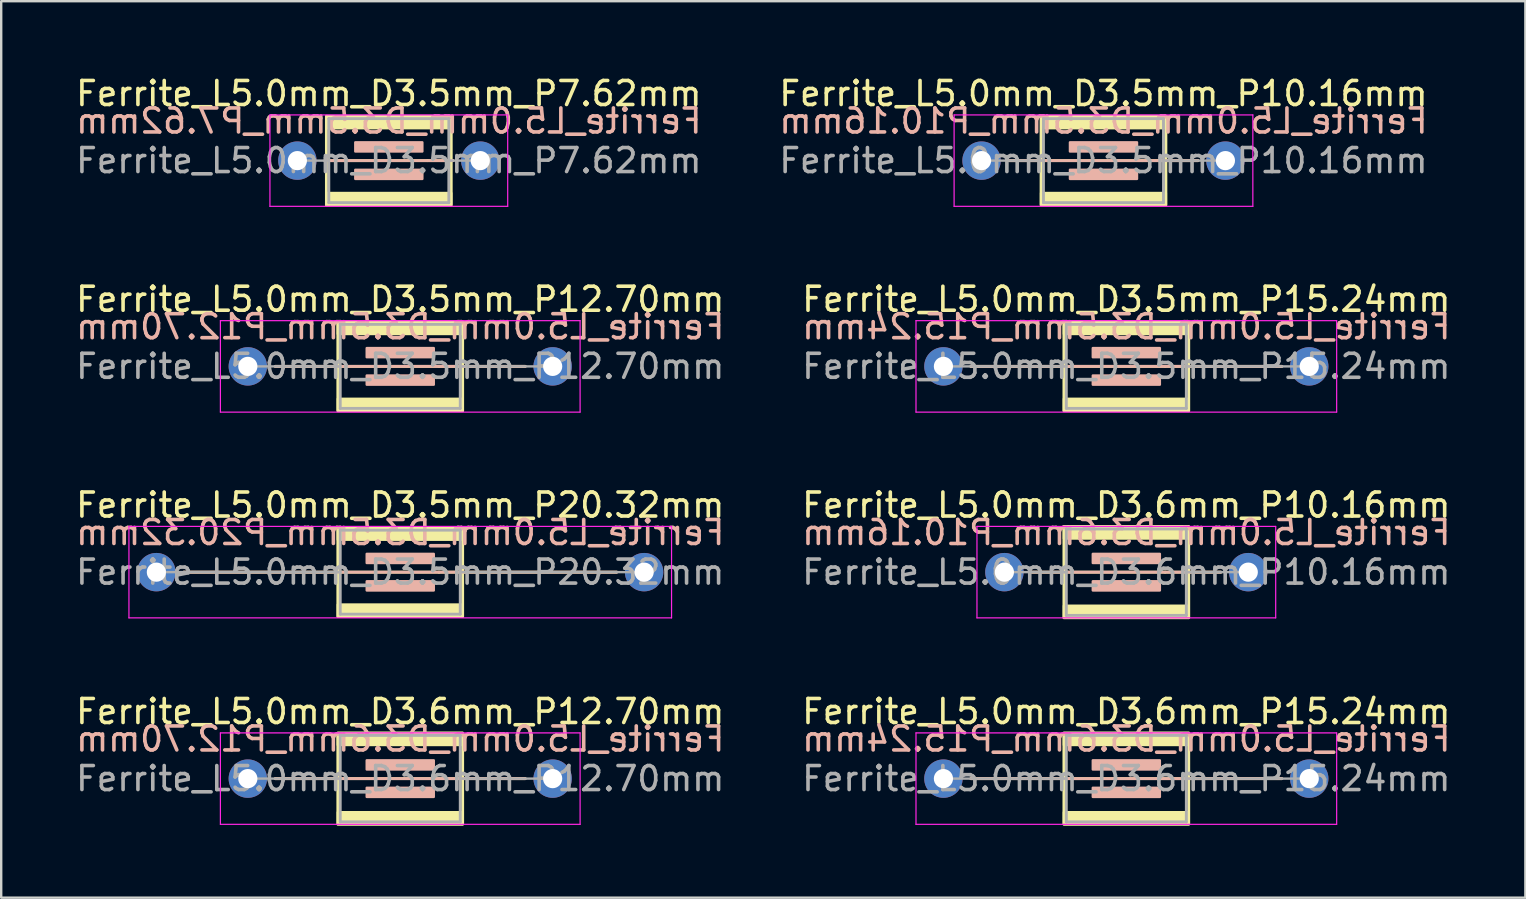
<source format=kicad_pcb>
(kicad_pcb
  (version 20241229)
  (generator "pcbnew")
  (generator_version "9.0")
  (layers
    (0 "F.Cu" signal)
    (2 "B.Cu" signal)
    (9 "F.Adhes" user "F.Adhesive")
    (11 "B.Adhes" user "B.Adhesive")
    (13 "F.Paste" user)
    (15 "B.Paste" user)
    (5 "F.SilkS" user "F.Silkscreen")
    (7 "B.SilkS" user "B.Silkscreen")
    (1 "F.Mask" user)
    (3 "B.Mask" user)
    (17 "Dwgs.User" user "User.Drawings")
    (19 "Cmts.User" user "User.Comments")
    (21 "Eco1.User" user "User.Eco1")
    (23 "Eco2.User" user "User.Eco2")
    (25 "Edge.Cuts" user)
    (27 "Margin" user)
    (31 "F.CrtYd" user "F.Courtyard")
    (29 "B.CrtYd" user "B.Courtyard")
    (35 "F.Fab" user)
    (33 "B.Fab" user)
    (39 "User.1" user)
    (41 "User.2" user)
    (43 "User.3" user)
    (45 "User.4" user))
  (footprint "Ferrite_L5.0mm_D3.6mm_P10.16mm"
    (layer "F.Cu")
    (at 38.795 20.787)
    (property "Reference" "Ferrite_L5.0mm_D3.6mm_P10.16mm" (at 5.08 -2.794 0) (layer "F.SilkS") (effects (font (size 1 1) (thickness 0.15))))
    (fp_line (start 6.694 0.000002) (end 1.143 0) (stroke (width 0.12) (type solid)) (layer "F.SilkS"))
    (fp_line (start 6.694 0.000002) (end 9.017 0) (stroke (width 0.12) (type solid)) (layer "F.SilkS"))
    (fp_rect (start 2.48 -1.9) (end 7.68 1.9) (stroke (width 0.12) (type solid)) (fill no) (layer "F.SilkS"))
    (fp_poly (pts (xy 7.68 -1.4) (xy 2.48 -1.4) (xy 2.48 -1.9) (xy 7.68 -1.9)) (stroke (width 0.1) (type solid)) (fill yes) (layer "F.SilkS"))
    (fp_poly (pts (xy 7.68 1.9) (xy 2.48 1.9) (xy 2.48 1.4) (xy 7.68 1.4)) (stroke (width 0.1) (type solid)) (fill yes) (layer "F.SilkS"))
    (fp_line (start 1.143 0) (end 9.017 0) (stroke (width 0.12) (type solid)) (layer "B.SilkS"))
    (fp_rect (start 3.683 -0.762) (end 6.477 -0.381) (stroke (width 0.1) (type solid)) (fill yes) (layer "B.SilkS"))
    (fp_rect (start 3.683 0.381) (end 6.477 0.762) (stroke (width 0.1) (type solid)) (fill yes) (layer "B.SilkS"))
    (fp_line (start -1.143 -1.905) (end 11.303 -1.905) (stroke (width 0.05) (type solid)) (layer "F.CrtYd"))
    (fp_line (start -1.143 1.905) (end -1.143 -1.905) (stroke (width 0.05) (type solid)) (layer "F.CrtYd"))
    (fp_line (start 11.303 -1.905) (end 11.303 1.905) (stroke (width 0.05) (type solid)) (layer "F.CrtYd"))
    (fp_line (start 11.303 1.905) (end -1.143 1.905) (stroke (width 0.05) (type solid)) (layer "F.CrtYd"))
    (fp_line (start 0 0) (end 2.58 0) (stroke (width 0.1) (type solid)) (layer "F.Fab"))
    (fp_line (start 2.58 -1.8) (end 7.58 -1.8) (stroke (width 0.12) (type solid)) (layer "F.Fab"))
    (fp_line (start 2.58 0) (end 2.58 -1.8) (stroke (width 0.12) (type solid)) (layer "F.Fab"))
    (fp_line (start 2.58 1.8) (end 2.58 0) (stroke (width 0.12) (type solid)) (layer "F.Fab"))
    (fp_line (start 7.58 -1.8) (end 7.58 1.8) (stroke (width 0.12) (type solid)) (layer "F.Fab"))
    (fp_line (start 7.58 1.8) (end 2.58 1.8) (stroke (width 0.12) (type solid)) (layer "F.Fab"))
    (fp_line (start 10.16 0) (end 7.58 0) (stroke (width 0.1) (type solid)) (layer "F.Fab"))
    (fp_text user "${REFERENCE}" (at 5.08 -1.651 0) (layer "B.SilkS") (effects (font (size 1 1) (thickness 0.15)) (justify mirror)))
    (fp_text user "${REFERENCE}" (at 5.08 0 0) (layer "F.Fab") (effects (font (size 1 1) (thickness 0.15))))
    (pad "1" thru_hole circle (at 0 0) (size 1.6 1.6) (drill 0.8) (layers "*.Cu" "*.Mask"))
    (pad "2" thru_hole circle (at 10.16 0) (size 1.6 1.6) (drill 0.8) (layers "*.Cu" "*.Mask")))
  (footprint "Ferrite_L5.0mm_D3.5mm_P15.24mm"
    (layer "F.Cu")
    (at 36.255 12.214)
    (property "Reference" "Ferrite_L5.0mm_D3.5mm_P15.24mm" (at 7.62 -2.794 0) (layer "F.SilkS") (effects (font (size 1 1) (thickness 0.15))))
    (fp_line (start 9.234 0.000002) (end 1.143 0) (stroke (width 0.12) (type solid)) (layer "F.SilkS"))
    (fp_line (start 9.234 0.000002) (end 14.097 0) (stroke (width 0.12) (type solid)) (layer "F.SilkS"))
    (fp_rect (start 5.02 -1.85) (end 10.22 1.85) (stroke (width 0.12) (type solid)) (fill no) (layer "F.SilkS"))
    (fp_poly (pts (xy 5.02 1.35) (xy 10.22 1.35) (xy 10.22 1.85) (xy 5.02 1.85)) (stroke (width 0.1) (type solid)) (fill yes) (layer "F.SilkS"))
    (fp_poly (pts (xy 10.22 -1.35) (xy 5.02 -1.35) (xy 5.02 -1.85) (xy 10.22 -1.85)) (stroke (width 0.1) (type solid)) (fill yes) (layer "F.SilkS"))
    (fp_line (start 1.143 0) (end 14.097 0) (stroke (width 0.12) (type solid)) (layer "B.SilkS"))
    (fp_rect (start 6.223 -0.762) (end 9.017 -0.381) (stroke (width 0.1) (type solid)) (fill yes) (layer "B.SilkS"))
    (fp_rect (start 6.223 0.381) (end 9.017 0.762) (stroke (width 0.1) (type solid)) (fill yes) (layer "B.SilkS"))
    (fp_line (start -1.143 -1.905) (end 16.383 -1.905) (stroke (width 0.05) (type solid)) (layer "F.CrtYd"))
    (fp_line (start -1.143 1.905) (end -1.143 -1.905) (stroke (width 0.05) (type solid)) (layer "F.CrtYd"))
    (fp_line (start 16.383 -1.905) (end 16.383 1.905) (stroke (width 0.05) (type solid)) (layer "F.CrtYd"))
    (fp_line (start 16.383 1.905) (end -1.143 1.905) (stroke (width 0.05) (type solid)) (layer "F.CrtYd"))
    (fp_line (start 0 0) (end 5.12 0) (stroke (width 0.1) (type solid)) (layer "F.Fab"))
    (fp_line (start 5.12 -1.75) (end 10.12 -1.75) (stroke (width 0.12) (type solid)) (layer "F.Fab"))
    (fp_line (start 5.12 1.75) (end 5.12 -1.75) (stroke (width 0.12) (type solid)) (layer "F.Fab"))
    (fp_line (start 10.12 -1.75) (end 10.12 1.75) (stroke (width 0.12) (type solid)) (layer "F.Fab"))
    (fp_line (start 10.12 1.75) (end 5.12 1.75) (stroke (width 0.12) (type solid)) (layer "F.Fab"))
    (fp_line (start 15.24 0) (end 10.12 0) (stroke (width 0.1) (type solid)) (layer "F.Fab"))
    (fp_text user "${REFERENCE}" (at 7.62 -1.651 0) (layer "B.SilkS") (effects (font (size 1 1) (thickness 0.15)) (justify mirror)))
    (fp_text user "${REFERENCE}" (at 7.62 0 0) (layer "F.Fab") (effects (font (size 1 1) (thickness 0.15))))
    (pad "1" thru_hole circle (at 0 0) (size 1.6 1.6) (drill 0.8) (layers "*.Cu" "*.Mask"))
    (pad "2" thru_hole circle (at 15.24 0) (size 1.6 1.6) (drill 0.8) (layers "*.Cu" "*.Mask")))
  (footprint "Ferrite_L5.0mm_D3.5mm_P20.32mm"
    (layer "F.Cu")
    (at 3.465 20.787)
    (property "Reference" "Ferrite_L5.0mm_D3.5mm_P20.32mm" (at 10.16 -2.794 0) (layer "F.SilkS") (effects (font (size 1 1) (thickness 0.15))))
    (fp_line (start 11.774 0.000002) (end 1.143 0) (stroke (width 0.12) (type solid)) (layer "F.SilkS"))
    (fp_line (start 11.774 0.000002) (end 19.177 0) (stroke (width 0.12) (type solid)) (layer "F.SilkS"))
    (fp_rect (start 7.56 -1.85) (end 12.76 1.85) (stroke (width 0.12) (type solid)) (fill no) (layer "F.SilkS"))
    (fp_poly (pts (xy 7.56 1.35) (xy 12.76 1.35) (xy 12.76 1.85) (xy 7.56 1.85)) (stroke (width 0.1) (type solid)) (fill yes) (layer "F.SilkS"))
    (fp_poly (pts (xy 12.76 -1.35) (xy 7.56 -1.35) (xy 7.56 -1.85) (xy 12.76 -1.85)) (stroke (width 0.1) (type solid)) (fill yes) (layer "F.SilkS"))
    (fp_line (start 1.143 0) (end 19.177 0) (stroke (width 0.12) (type solid)) (layer "B.SilkS"))
    (fp_rect (start 8.763 -0.762) (end 11.557 -0.381) (stroke (width 0.1) (type solid)) (fill yes) (layer "B.SilkS"))
    (fp_rect (start 8.763 0.381) (end 11.557 0.762) (stroke (width 0.1) (type solid)) (fill yes) (layer "B.SilkS"))
    (fp_line (start -1.143 -1.905) (end 21.463 -1.905) (stroke (width 0.05) (type solid)) (layer "F.CrtYd"))
    (fp_line (start -1.143 1.905) (end -1.143 -1.905) (stroke (width 0.05) (type solid)) (layer "F.CrtYd"))
    (fp_line (start 21.463 -1.905) (end 21.463 1.905) (stroke (width 0.05) (type solid)) (layer "F.CrtYd"))
    (fp_line (start 21.463 1.905) (end -1.143 1.905) (stroke (width 0.05) (type solid)) (layer "F.CrtYd"))
    (fp_line (start 0 0) (end 7.66 0) (stroke (width 0.1) (type solid)) (layer "F.Fab"))
    (fp_line (start 7.66 -1.75) (end 12.66 -1.75) (stroke (width 0.12) (type solid)) (layer "F.Fab"))
    (fp_line (start 7.66 1.75) (end 7.66 -1.75) (stroke (width 0.12) (type solid)) (layer "F.Fab"))
    (fp_line (start 12.66 -1.75) (end 12.66 1.75) (stroke (width 0.12) (type solid)) (layer "F.Fab"))
    (fp_line (start 12.66 1.75) (end 7.66 1.75) (stroke (width 0.12) (type solid)) (layer "F.Fab"))
    (fp_line (start 20.32 0) (end 12.66 0) (stroke (width 0.1) (type solid)) (layer "F.Fab"))
    (fp_text user "${REFERENCE}" (at 10.16 -1.651 0) (layer "B.SilkS") (effects (font (size 1 1) (thickness 0.15)) (justify mirror)))
    (fp_text user "${REFERENCE}" (at 10.16 0 0) (layer "F.Fab") (effects (font (size 1 1) (thickness 0.15))))
    (pad "1" thru_hole circle (at 0 0) (size 1.6 1.6) (drill 0.8) (layers "*.Cu" "*.Mask"))
    (pad "2" thru_hole circle (at 20.32 0) (size 1.6 1.6) (drill 0.8) (layers "*.Cu" "*.Mask")))
  (footprint "Ferrite_L5.0mm_D3.5mm_P7.62mm"
    (layer "F.Cu")
    (at 9.339 3.642)
    (property "Reference" "Ferrite_L5.0mm_D3.5mm_P7.62mm" (at 3.81 -2.794 0) (layer "F.SilkS") (effects (font (size 1 1) (thickness 0.15))))
    (fp_line (start 5.424 0.000002) (end 1.143 0) (stroke (width 0.12) (type solid)) (layer "F.SilkS"))
    (fp_line (start 5.424 0.000002) (end 6.477 0) (stroke (width 0.12) (type solid)) (layer "F.SilkS"))
    (fp_rect (start 1.21 -1.85) (end 6.41 1.85) (stroke (width 0.12) (type solid)) (fill no) (layer "F.SilkS"))
    (fp_poly (pts (xy 1.21 1.35) (xy 6.41 1.35) (xy 6.41 1.85) (xy 1.21 1.85)) (stroke (width 0.1) (type solid)) (fill yes) (layer "F.SilkS"))
    (fp_poly (pts (xy 6.41 -1.35) (xy 1.21 -1.35) (xy 1.21 -1.85) (xy 6.41 -1.85)) (stroke (width 0.1) (type solid)) (fill yes) (layer "F.SilkS"))
    (fp_line (start 1.143 0) (end 6.477 0) (stroke (width 0.12) (type solid)) (layer "B.SilkS"))
    (fp_rect (start 2.413 -0.762) (end 5.207 -0.381) (stroke (width 0.1) (type solid)) (fill yes) (layer "B.SilkS"))
    (fp_rect (start 2.413 0.381) (end 5.207 0.762) (stroke (width 0.1) (type solid)) (fill yes) (layer "B.SilkS"))
    (fp_line (start -1.143 -1.905) (end 8.763 -1.905) (stroke (width 0.05) (type solid)) (layer "F.CrtYd"))
    (fp_line (start -1.143 1.905) (end -1.143 -1.905) (stroke (width 0.05) (type solid)) (layer "F.CrtYd"))
    (fp_line (start 8.763 -1.905) (end 8.763 1.905) (stroke (width 0.05) (type solid)) (layer "F.CrtYd"))
    (fp_line (start 8.763 1.905) (end -1.143 1.905) (stroke (width 0.05) (type solid)) (layer "F.CrtYd"))
    (fp_line (start 0 0) (end 1.31 0) (stroke (width 0.1) (type solid)) (layer "F.Fab"))
    (fp_line (start 1.31 -1.75) (end 6.31 -1.75) (stroke (width 0.12) (type solid)) (layer "F.Fab"))
    (fp_line (start 1.31 1.75) (end 1.31 -1.75) (stroke (width 0.12) (type solid)) (layer "F.Fab"))
    (fp_line (start 6.31 -1.75) (end 6.31 1.75) (stroke (width 0.12) (type solid)) (layer "F.Fab"))
    (fp_line (start 6.31 1.75) (end 1.31 1.75) (stroke (width 0.12) (type solid)) (layer "F.Fab"))
    (fp_line (start 7.62 0) (end 6.31 0) (stroke (width 0.1) (type solid)) (layer "F.Fab"))
    (fp_text user "${REFERENCE}" (at 3.81 -1.651 0) (layer "B.SilkS") (effects (font (size 1 1) (thickness 0.15)) (justify mirror)))
    (fp_text user "${REFERENCE}" (at 3.81 0 0) (layer "F.Fab") (effects (font (size 1 1) (thickness 0.15))))
    (pad "1" thru_hole circle (at 0 0) (size 1.6 1.6) (drill 0.8) (layers "*.Cu" "*.Mask"))
    (pad "2" thru_hole circle (at 7.62 0) (size 1.6 1.6) (drill 0.8) (layers "*.Cu" "*.Mask")))
  (footprint "Ferrite_L5.0mm_D3.6mm_P12.70mm"
    (layer "F.Cu")
    (at 7.275 29.389)
    (property "Reference" "Ferrite_L5.0mm_D3.6mm_P12.70mm" (at 6.35 -2.794 0) (layer "F.SilkS") (effects (font (size 1 1) (thickness 0.15))))
    (fp_line (start 7.964 0.000002) (end 1.143 0) (stroke (width 0.12) (type solid)) (layer "F.SilkS"))
    (fp_line (start 7.964 0.000002) (end 11.557 0) (stroke (width 0.12) (type solid)) (layer "F.SilkS"))
    (fp_rect (start 3.75 -1.9) (end 8.95 1.9) (stroke (width 0.12) (type solid)) (fill no) (layer "F.SilkS"))
    (fp_poly (pts (xy 8.95 -1.4) (xy 3.75 -1.4) (xy 3.75 -1.9) (xy 8.95 -1.9)) (stroke (width 0.1) (type solid)) (fill yes) (layer "F.SilkS"))
    (fp_poly (pts (xy 8.95 1.9) (xy 3.75 1.9) (xy 3.75 1.4) (xy 8.95 1.4)) (stroke (width 0.1) (type solid)) (fill yes) (layer "F.SilkS"))
    (fp_line (start 1.143 0) (end 11.557 0) (stroke (width 0.12) (type solid)) (layer "B.SilkS"))
    (fp_rect (start 4.953 -0.762) (end 7.747 -0.381) (stroke (width 0.1) (type solid)) (fill yes) (layer "B.SilkS"))
    (fp_rect (start 4.953 0.381) (end 7.747 0.762) (stroke (width 0.1) (type solid)) (fill yes) (layer "B.SilkS"))
    (fp_line (start -1.143 -1.905) (end 13.843 -1.905) (stroke (width 0.05) (type solid)) (layer "F.CrtYd"))
    (fp_line (start -1.143 1.905) (end -1.143 -1.905) (stroke (width 0.05) (type solid)) (layer "F.CrtYd"))
    (fp_line (start 13.843 -1.905) (end 13.843 1.905) (stroke (width 0.05) (type solid)) (layer "F.CrtYd"))
    (fp_line (start 13.843 1.905) (end -1.143 1.905) (stroke (width 0.05) (type solid)) (layer "F.CrtYd"))
    (fp_line (start 0 0) (end 3.85 0) (stroke (width 0.1) (type solid)) (layer "F.Fab"))
    (fp_line (start 3.85 -1.8) (end 8.85 -1.8) (stroke (width 0.12) (type solid)) (layer "F.Fab"))
    (fp_line (start 3.85 0) (end 3.85 -1.8) (stroke (width 0.12) (type solid)) (layer "F.Fab"))
    (fp_line (start 3.85 1.8) (end 3.85 0) (stroke (width 0.12) (type solid)) (layer "F.Fab"))
    (fp_line (start 8.85 -1.8) (end 8.85 1.8) (stroke (width 0.12) (type solid)) (layer "F.Fab"))
    (fp_line (start 8.85 1.8) (end 3.85 1.8) (stroke (width 0.12) (type solid)) (layer "F.Fab"))
    (fp_line (start 12.7 0) (end 8.85 0) (stroke (width 0.1) (type solid)) (layer "F.Fab"))
    (fp_text user "${REFERENCE}" (at 6.35 -1.651 0) (layer "B.SilkS") (effects (font (size 1 1) (thickness 0.15)) (justify mirror)))
    (fp_text user "${REFERENCE}" (at 6.35 0 0) (layer "F.Fab") (effects (font (size 1 1) (thickness 0.15))))
    (pad "1" thru_hole circle (at 0 0) (size 1.6 1.6) (drill 0.8) (layers "*.Cu" "*.Mask"))
    (pad "2" thru_hole circle (at 12.7 0) (size 1.6 1.6) (drill 0.8) (layers "*.Cu" "*.Mask")))
  (footprint "Ferrite_L5.0mm_D3.6mm_P15.24mm"
    (layer "F.Cu")
    (at 36.255 29.389)
    (property "Reference" "Ferrite_L5.0mm_D3.6mm_P15.24mm" (at 7.62 -2.794 0) (layer "F.SilkS") (effects (font (size 1 1) (thickness 0.15))))
    (fp_line (start 10.504 0.000002) (end 1.143 0) (stroke (width 0.12) (type solid)) (layer "F.SilkS"))
    (fp_line (start 10.504 0.000002) (end 14.097 0) (stroke (width 0.12) (type solid)) (layer "F.SilkS"))
    (fp_rect (start 5.02 -1.9) (end 10.22 1.9) (stroke (width 0.12) (type solid)) (fill no) (layer "F.SilkS"))
    (fp_poly (pts (xy 10.22 -1.4) (xy 5.02 -1.4) (xy 5.02 -1.9) (xy 10.22 -1.9)) (stroke (width 0.1) (type solid)) (fill yes) (layer "F.SilkS"))
    (fp_poly (pts (xy 10.22 1.9) (xy 5.02 1.9) (xy 5.02 1.4) (xy 10.22 1.4)) (stroke (width 0.1) (type solid)) (fill yes) (layer "F.SilkS"))
    (fp_line (start 1.143 0) (end 14.097 0) (stroke (width 0.12) (type solid)) (layer "B.SilkS"))
    (fp_rect (start 6.223 -0.762) (end 9.017 -0.381) (stroke (width 0.1) (type solid)) (fill yes) (layer "B.SilkS"))
    (fp_rect (start 6.223 0.381) (end 9.017 0.762) (stroke (width 0.1) (type solid)) (fill yes) (layer "B.SilkS"))
    (fp_line (start -1.143 -1.905) (end 16.383 -1.905) (stroke (width 0.05) (type solid)) (layer "F.CrtYd"))
    (fp_line (start -1.143 1.905) (end -1.143 -1.905) (stroke (width 0.05) (type solid)) (layer "F.CrtYd"))
    (fp_line (start 16.383 -1.905) (end 16.383 1.905) (stroke (width 0.05) (type solid)) (layer "F.CrtYd"))
    (fp_line (start 16.383 1.905) (end -1.143 1.905) (stroke (width 0.05) (type solid)) (layer "F.CrtYd"))
    (fp_line (start 5.12 -1.8) (end 10.12 -1.8) (stroke (width 0.12) (type solid)) (layer "F.Fab"))
    (fp_line (start 5.12 0) (end 0 0) (stroke (width 0.1) (type solid)) (layer "F.Fab"))
    (fp_line (start 5.12 0) (end 5.12 -1.8) (stroke (width 0.12) (type solid)) (layer "F.Fab"))
    (fp_line (start 5.12 1.8) (end 5.12 0) (stroke (width 0.12) (type solid)) (layer "F.Fab"))
    (fp_line (start 10.12 -1.8) (end 10.12 1.8) (stroke (width 0.12) (type solid)) (layer "F.Fab"))
    (fp_line (start 10.12 1.8) (end 5.12 1.8) (stroke (width 0.12) (type solid)) (layer "F.Fab"))
    (fp_line (start 15.24 0) (end 10.12 0) (stroke (width 0.1) (type solid)) (layer "F.Fab"))
    (fp_text user "${REFERENCE}" (at 7.62 -1.651 0) (layer "B.SilkS") (effects (font (size 1 1) (thickness 0.15)) (justify mirror)))
    (fp_text user "${REFERENCE}" (at 7.62 0 0) (layer "F.Fab") (effects (font (size 1 1) (thickness 0.15))))
    (pad "1" thru_hole circle (at 0 0) (size 1.6 1.6) (drill 0.8) (layers "*.Cu" "*.Mask"))
    (pad "2" thru_hole circle (at 15.24 0) (size 1.6 1.6) (drill 0.8) (layers "*.Cu" "*.Mask")))
  (footprint "Ferrite_L5.0mm_D3.5mm_P10.16mm"
    (layer "F.Cu")
    (at 37.843 3.642)
    (property "Reference" "Ferrite_L5.0mm_D3.5mm_P10.16mm" (at 5.08 -2.794 0) (layer "F.SilkS") (effects (font (size 1 1) (thickness 0.15))))
    (fp_line (start 6.694 0.000002) (end 1.143 0) (stroke (width 0.12) (type solid)) (layer "F.SilkS"))
    (fp_line (start 6.694 0.000002) (end 9.017 0) (stroke (width 0.12) (type solid)) (layer "F.SilkS"))
    (fp_rect (start 2.48 -1.85) (end 7.68 1.85) (stroke (width 0.12) (type solid)) (fill no) (layer "F.SilkS"))
    (fp_poly (pts (xy 2.48 1.35) (xy 7.68 1.35) (xy 7.68 1.85) (xy 2.48 1.85)) (stroke (width 0.1) (type solid)) (fill yes) (layer "F.SilkS"))
    (fp_poly (pts (xy 7.68 -1.35) (xy 2.58 -1.35) (xy 2.58 -1.85) (xy 7.68 -1.85)) (stroke (width 0.1) (type solid)) (fill yes) (layer "F.SilkS"))
    (fp_line (start 1.143 0) (end 9.017 0) (stroke (width 0.12) (type solid)) (layer "B.SilkS"))
    (fp_rect (start 3.683 -0.762) (end 6.477 -0.381) (stroke (width 0.1) (type solid)) (fill yes) (layer "B.SilkS"))
    (fp_rect (start 3.683 0.381) (end 6.477 0.762) (stroke (width 0.1) (type solid)) (fill yes) (layer "B.SilkS"))
    (fp_line (start -1.143 -1.905) (end 11.303 -1.905) (stroke (width 0.05) (type solid)) (layer "F.CrtYd"))
    (fp_line (start -1.143 1.905) (end -1.143 -1.905) (stroke (width 0.05) (type solid)) (layer "F.CrtYd"))
    (fp_line (start 11.303 -1.905) (end 11.303 1.905) (stroke (width 0.05) (type solid)) (layer "F.CrtYd"))
    (fp_line (start 11.303 1.905) (end -1.143 1.905) (stroke (width 0.05) (type solid)) (layer "F.CrtYd"))
    (fp_line (start 2.58 -1.75) (end 7.58 -1.75) (stroke (width 0.12) (type solid)) (layer "F.Fab"))
    (fp_line (start 2.58 0) (end 0 0) (stroke (width 0.1) (type solid)) (layer "F.Fab"))
    (fp_line (start 2.58 1.75) (end 2.58 -1.75) (stroke (width 0.12) (type solid)) (layer "F.Fab"))
    (fp_line (start 7.58 -1.75) (end 7.58 1.75) (stroke (width 0.12) (type solid)) (layer "F.Fab"))
    (fp_line (start 7.58 0) (end 10.16 0) (stroke (width 0.1) (type solid)) (layer "F.Fab"))
    (fp_line (start 7.58 1.75) (end 2.58 1.75) (stroke (width 0.12) (type solid)) (layer "F.Fab"))
    (fp_text user "${REFERENCE}" (at 5.08 -1.651 0) (layer "B.SilkS") (effects (font (size 1 1) (thickness 0.15)) (justify mirror)))
    (fp_text user "${REFERENCE}" (at 5.08 0 0) (layer "F.Fab") (effects (font (size 1 1) (thickness 0.15))))
    (pad "1" thru_hole circle (at 0 0) (size 1.6 1.6) (drill 0.8) (layers "*.Cu" "*.Mask"))
    (pad "2" thru_hole circle (at 10.16 0) (size 1.6 1.6) (drill 0.8) (layers "*.Cu" "*.Mask")))
  (footprint "Ferrite_L5.0mm_D3.5mm_P12.70mm"
    (layer "F.Cu")
    (at 7.275 12.214)
    (property "Reference" "Ferrite_L5.0mm_D3.5mm_P12.70mm" (at 6.35 -2.794 0) (layer "F.SilkS") (effects (font (size 1 1) (thickness 0.15))))
    (fp_line (start 7.964 0.000002) (end 1.143 0) (stroke (width 0.12) (type solid)) (layer "F.SilkS"))
    (fp_line (start 7.964 0.000002) (end 11.557 0) (stroke (width 0.12) (type solid)) (layer "F.SilkS"))
    (fp_rect (start 3.75 -1.85) (end 8.95 1.85) (stroke (width 0.12) (type solid)) (fill no) (layer "F.SilkS"))
    (fp_poly (pts (xy 3.75 1.35) (xy 8.95 1.35) (xy 8.95 1.85) (xy 3.75 1.85)) (stroke (width 0.1) (type solid)) (fill yes) (layer "F.SilkS"))
    (fp_poly (pts (xy 8.95 -1.35) (xy 3.75 -1.35) (xy 3.75 -1.85) (xy 8.95 -1.85)) (stroke (width 0.1) (type solid)) (fill yes) (layer "F.SilkS"))
    (fp_line (start 1.143 0) (end 11.557 0) (stroke (width 0.12) (type solid)) (layer "B.SilkS"))
    (fp_rect (start 4.953 -0.762) (end 7.747 -0.381) (stroke (width 0.1) (type solid)) (fill yes) (layer "B.SilkS"))
    (fp_rect (start 4.953 0.381) (end 7.747 0.762) (stroke (width 0.1) (type solid)) (fill yes) (layer "B.SilkS"))
    (fp_line (start -1.143 -1.905) (end 13.843 -1.905) (stroke (width 0.05) (type solid)) (layer "F.CrtYd"))
    (fp_line (start -1.143 1.905) (end -1.143 -1.905) (stroke (width 0.05) (type solid)) (layer "F.CrtYd"))
    (fp_line (start 13.843 -1.905) (end 13.843 1.905) (stroke (width 0.05) (type solid)) (layer "F.CrtYd"))
    (fp_line (start 13.843 1.905) (end -1.143 1.905) (stroke (width 0.05) (type solid)) (layer "F.CrtYd"))
    (fp_line (start 3.85 -1.75) (end 8.85 -1.75) (stroke (width 0.12) (type solid)) (layer "F.Fab"))
    (fp_line (start 3.85 0) (end 0 0) (stroke (width 0.1) (type solid)) (layer "F.Fab"))
    (fp_line (start 3.85 1.75) (end 3.85 -1.75) (stroke (width 0.12) (type solid)) (layer "F.Fab"))
    (fp_line (start 8.85 -1.75) (end 8.85 1.75) (stroke (width 0.12) (type solid)) (layer "F.Fab"))
    (fp_line (start 8.85 1.75) (end 3.85 1.75) (stroke (width 0.12) (type solid)) (layer "F.Fab"))
    (fp_line (start 12.7 0) (end 8.85 0) (stroke (width 0.1) (type solid)) (layer "F.Fab"))
    (fp_text user "${REFERENCE}" (at 6.35 -1.651 0) (layer "B.SilkS") (effects (font (size 1 1) (thickness 0.15)) (justify mirror)))
    (fp_text user "${REFERENCE}" (at 6.35 0 0) (layer "F.Fab") (effects (font (size 1 1) (thickness 0.15))))
    (pad "1" thru_hole circle (at 0 0) (size 1.6 1.6) (drill 0.8) (layers "*.Cu" "*.Mask"))
    (pad "2" thru_hole circle (at 12.7 0) (size 1.6 1.6) (drill 0.8) (layers "*.Cu" "*.Mask")))
  (gr_rect
    (start -3 -3)
    (end 60.5 34.349)
    (stroke (width 0.1) (type default))
    (fill no)
    (layer "Edge.Cuts")))
</source>
